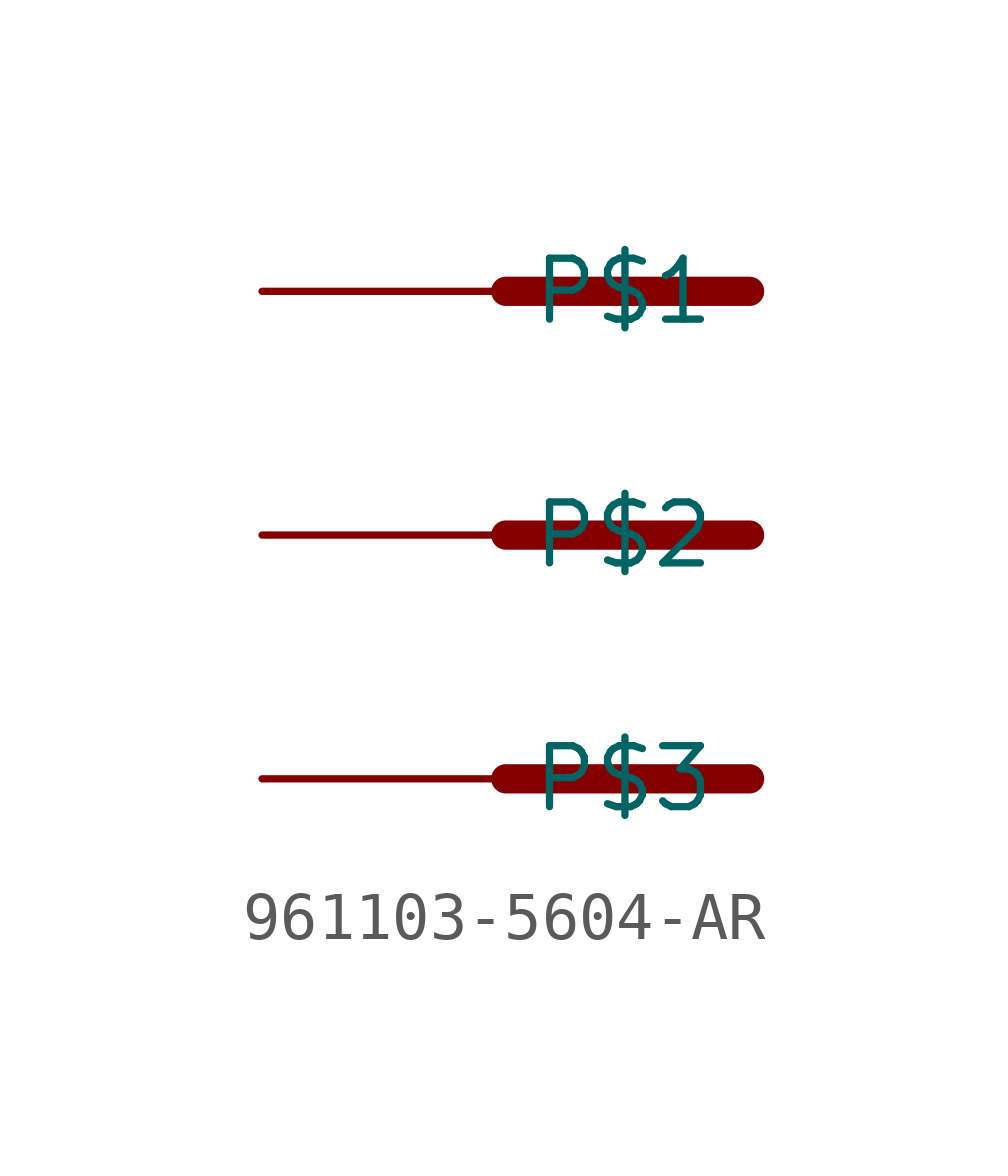
<source format=kicad_sym>
(kicad_symbol_lib
  (version 20231120)
  (generator "kicad_symbol_editor")
  (generator_version "8.0")
  (symbol "961103-5604-AR"
    (property "Reference" ""
      (at 0 0 0)
      (effects (font (size 1.27 1.27)) (hide yes)))
    (property "ki_locked" ""
      (at 0 0 0)
      (effects (font (size 1.27 1.27))))
    (symbol "961103-5604-AR_1_0"
      (polyline (pts (xy 0 -5.08) (xy 5.08 -5.08)) (stroke (width 0.61) (type solid)) (fill (type none)))
      (polyline (pts (xy 0 0) (xy 5.08 0)) (stroke (width 0.61) (type solid)) (fill (type none)))
      (polyline (pts (xy 0 5.08) (xy 5.08 5.08)) (stroke (width 0.61) (type solid)) (fill (type none)))
      (pin bidirectional line (at -5.08 5.08 0) (length 5.08) (name "P$1" (effects (font (size 1.27 1.27)))) (number "P$1" (effects (font (size 0 0)))))
      (pin bidirectional line (at -5.08 0 0) (length 5.08) (name "P$2" (effects (font (size 1.27 1.27)))) (number "P$2" (effects (font (size 0 0)))))
      (pin bidirectional line (at -5.08 -5.08 0) (length 5.08) (name "P$3" (effects (font (size 1.27 1.27)))) (number "P$3" (effects (font (size 0 0))))))))
</source>
